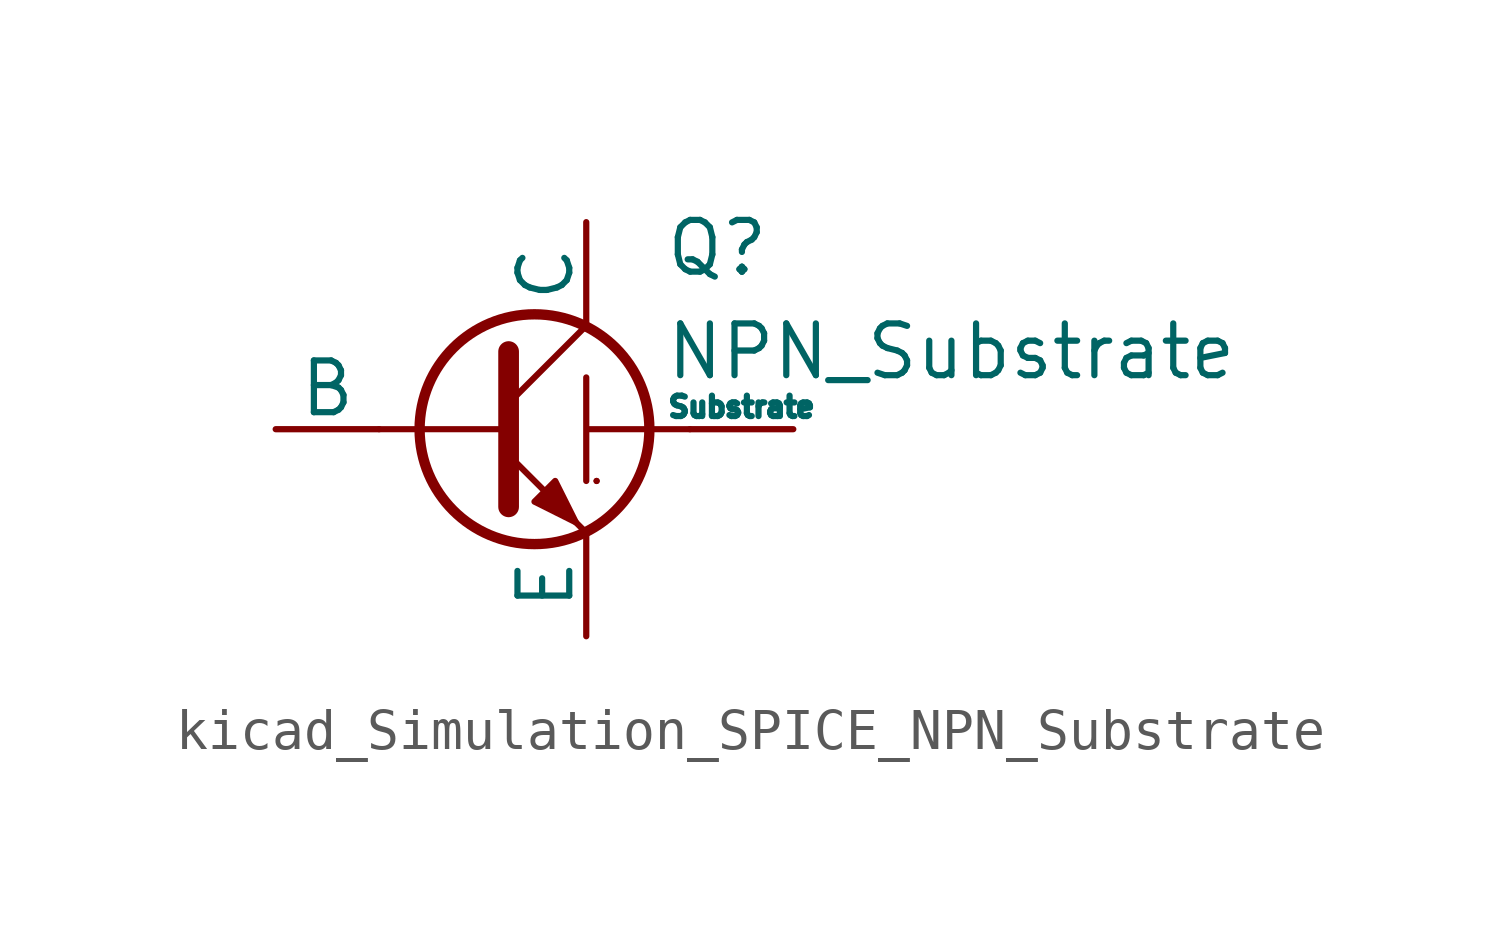
<source format=kicad_sym>
(kicad_symbol_lib
  (version 20220914)
  (generator kicad_symbol_editor)
  (symbol "kicad_Simulation_SPICE_NPN_Substrate"
    (pin_numbers hide)
    (pin_names
      (offset 0))
    (property "Reference" "Q"
      (at 4.445 4.445 0)
      (effects (font (size 1.27 1.27)) (justify left)))
    (property "Value" "NPN_Substrate"
      (at 4.445 1.905 0)
      (effects (font (size 1.27 1.27)) (justify left)))
    (symbol "kicad_Simulation_SPICE_NPN_Substrate_0_1"
      (polyline (pts (xy -2.54 0) (xy 0.635 0)) (stroke (width 0.152) (type default)) (fill (type none)))
      (polyline (pts (xy 0.635 0.635) (xy 2.54 2.54)) (stroke (width 0) (type default)) (fill (type none)))
      (polyline (pts (xy 2.794 -1.27) (xy 2.794 -1.27)) (stroke (width 0.152) (type default)) (fill (type none)))
      (polyline (pts (xy 2.794 -1.27) (xy 2.794 -1.27)) (stroke (width 0.152) (type default)) (fill (type none)))
      (polyline (pts (xy 0.635 -0.635) (xy 2.54 -2.54) (xy 2.54 -2.54)) (stroke (width 0) (type default)) (fill (type none)))
      (polyline (pts (xy 0.635 1.905) (xy 0.635 -1.905) (xy 0.635 -1.905)) (stroke (width 0.508) (type default)) (fill (type none)))
      (polyline (pts (xy 2.54 1.27) (xy 2.54 -1.27) (xy 2.54 0) (xy 5.08 0)) (stroke (width 0.152) (type default)) (fill (type none)))
      (polyline (pts (xy 1.27 -1.778) (xy 1.778 -1.27) (xy 2.286 -2.286) (xy 1.27 -1.778) (xy 1.27 -1.778)) (stroke (width 0) (type default)) (fill (type outline)))
      (circle (center 1.27 0) (radius 2.819) (stroke (width 0.254) (type default)) (fill (type none))))
    (symbol "kicad_Simulation_SPICE_NPN_Substrate_1_1"
      (pin open_collector line (at 2.54 5.08 270) (length 2.54) (name "C" (effects (font (size 1.27 1.27)))) (number "1" (effects (font (size 1.27 1.27)))))
      (pin input line (at -5.08 0 0) (length 2.54) (name "B" (effects (font (size 1.27 1.27)))) (number "2" (effects (font (size 1.27 1.27)))))
      (pin open_emitter line (at 2.54 -5.08 90) (length 2.54) (name "E" (effects (font (size 1.27 1.27)))) (number "3" (effects (font (size 1.27 1.27)))))
      (pin passive line (at 7.62 0 180) (length 2.54) (name "Substrate" (effects (font (size 0.5 0.5)))) (number "4" (effects (font (size 1.27 1.27))))))))
</source>
